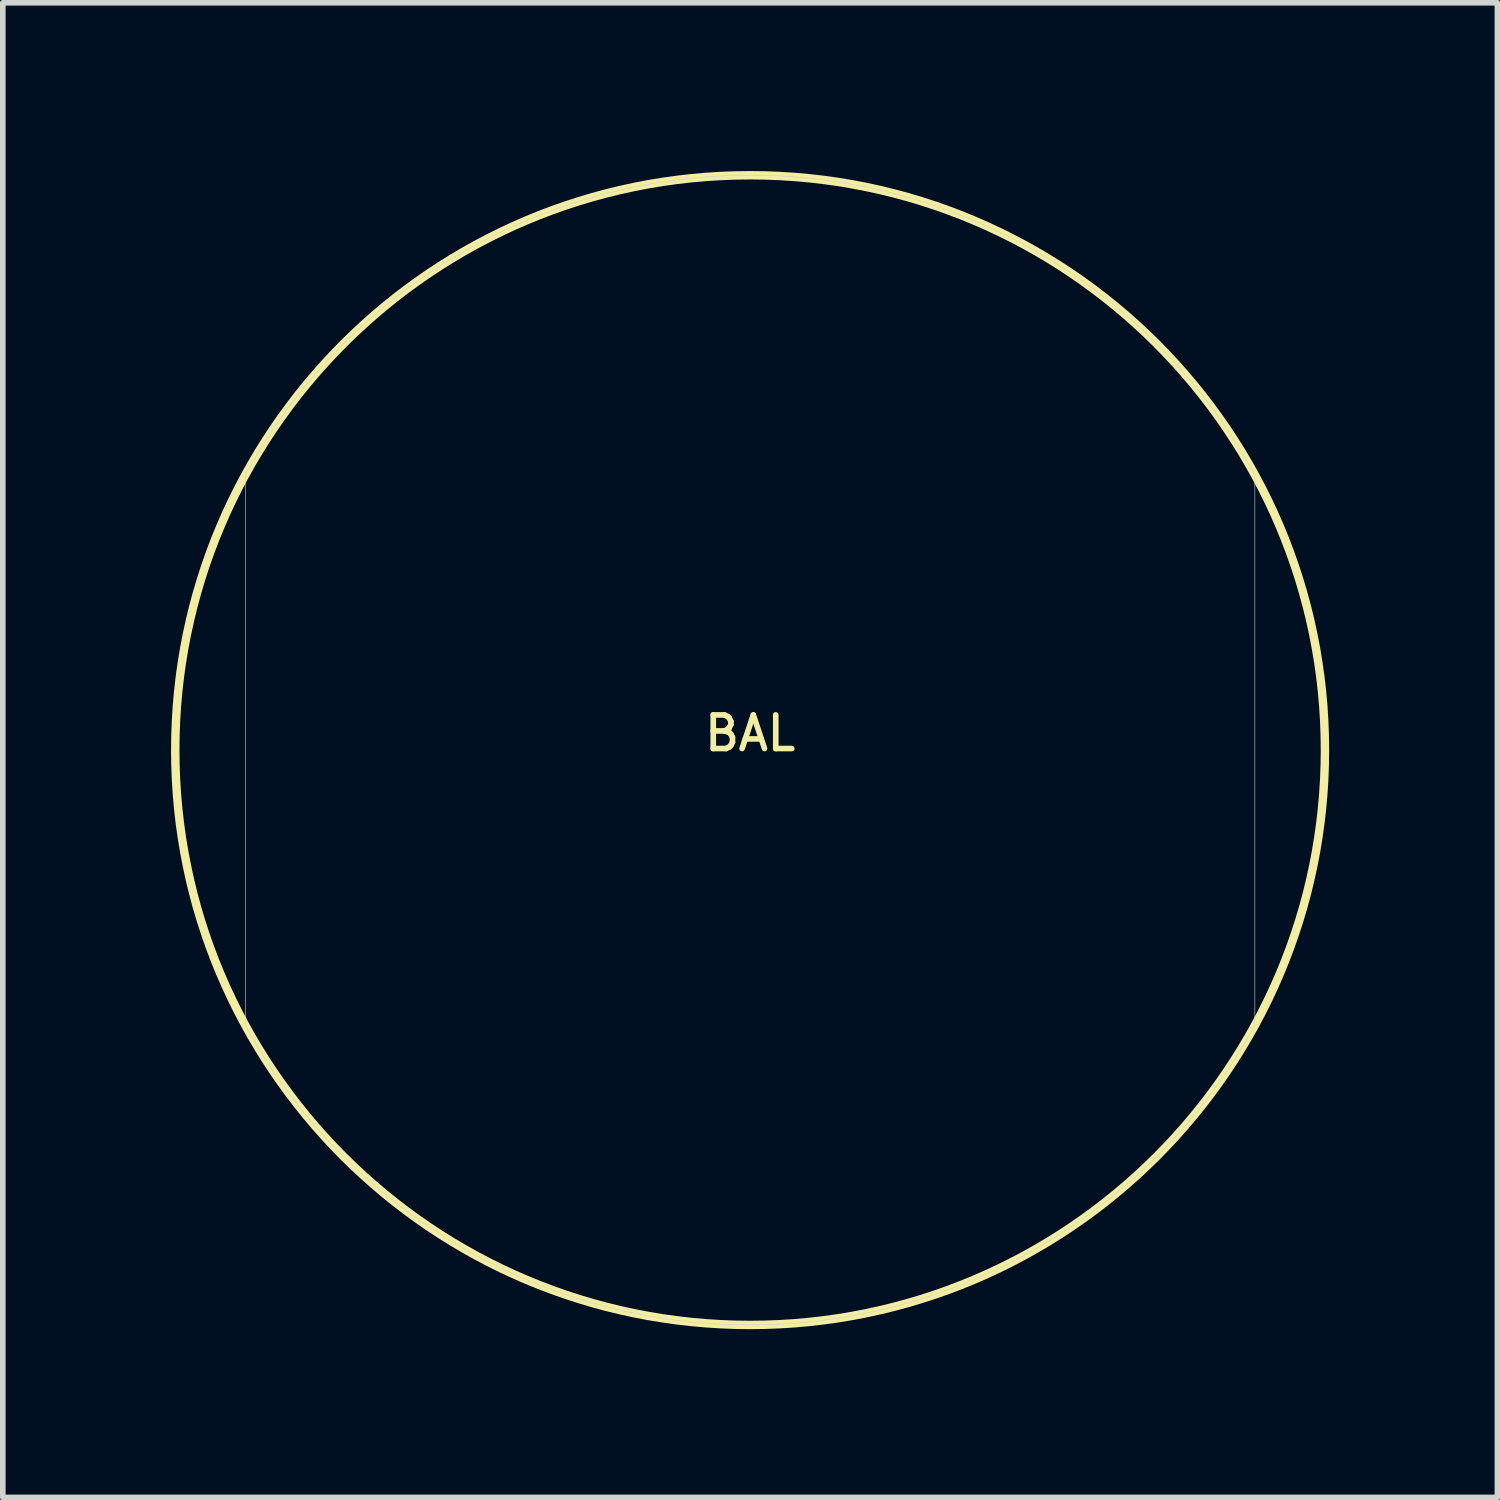
<source format=kicad_pcb>
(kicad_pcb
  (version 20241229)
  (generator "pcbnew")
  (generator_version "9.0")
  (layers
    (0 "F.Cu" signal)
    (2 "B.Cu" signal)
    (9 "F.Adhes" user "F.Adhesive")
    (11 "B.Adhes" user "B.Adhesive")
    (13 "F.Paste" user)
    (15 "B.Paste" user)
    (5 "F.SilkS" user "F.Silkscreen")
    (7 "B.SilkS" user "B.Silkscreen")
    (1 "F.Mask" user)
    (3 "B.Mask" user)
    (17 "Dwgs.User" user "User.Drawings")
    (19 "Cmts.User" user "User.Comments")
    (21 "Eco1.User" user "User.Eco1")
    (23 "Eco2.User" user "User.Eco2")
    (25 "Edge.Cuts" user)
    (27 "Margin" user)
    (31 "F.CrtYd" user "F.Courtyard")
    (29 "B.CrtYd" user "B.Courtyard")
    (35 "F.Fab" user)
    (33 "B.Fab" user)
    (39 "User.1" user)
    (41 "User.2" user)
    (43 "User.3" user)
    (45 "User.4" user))
  (footprint "BAL"
    (layer "F.Cu")
    (at 10.325 10.325)
    (property "Reference" "BAL" (at 0 -0.3 0) (unlocked yes) (layer "F.SilkS") (effects (font (size 0.6 0.6) (thickness 0.1))))
    (fp_circle (center 0 0) (end 10.25 0) (stroke (width 0.15) (type solid)) (fill no) (layer "F.SilkS"))
    (fp_line (start -9 -4.905) (end -9 4.905) (stroke (width 0.01) (type default)) (layer "Edge.Cuts"))
    (fp_line (start 9 -4.905) (end 9 4.905) (stroke (width 0.01) (type default)) (layer "Edge.Cuts"))
    (fp_arc (start -9 -4.905354) (mid 0 -10.25) (end 9 -4.905354) (stroke (width 0.01) (type default)) (layer "Edge.Cuts"))
    (fp_arc (start 9 4.905354) (mid 0 10.25) (end -9 4.905354) (stroke (width 0.01) (type default)) (layer "Edge.Cuts")))
  (gr_rect
    (start -3 -3)
    (end 23.65 23.65)
    (stroke (width 0.1) (type default))
    (fill no)
    (layer "Edge.Cuts")))
</source>
